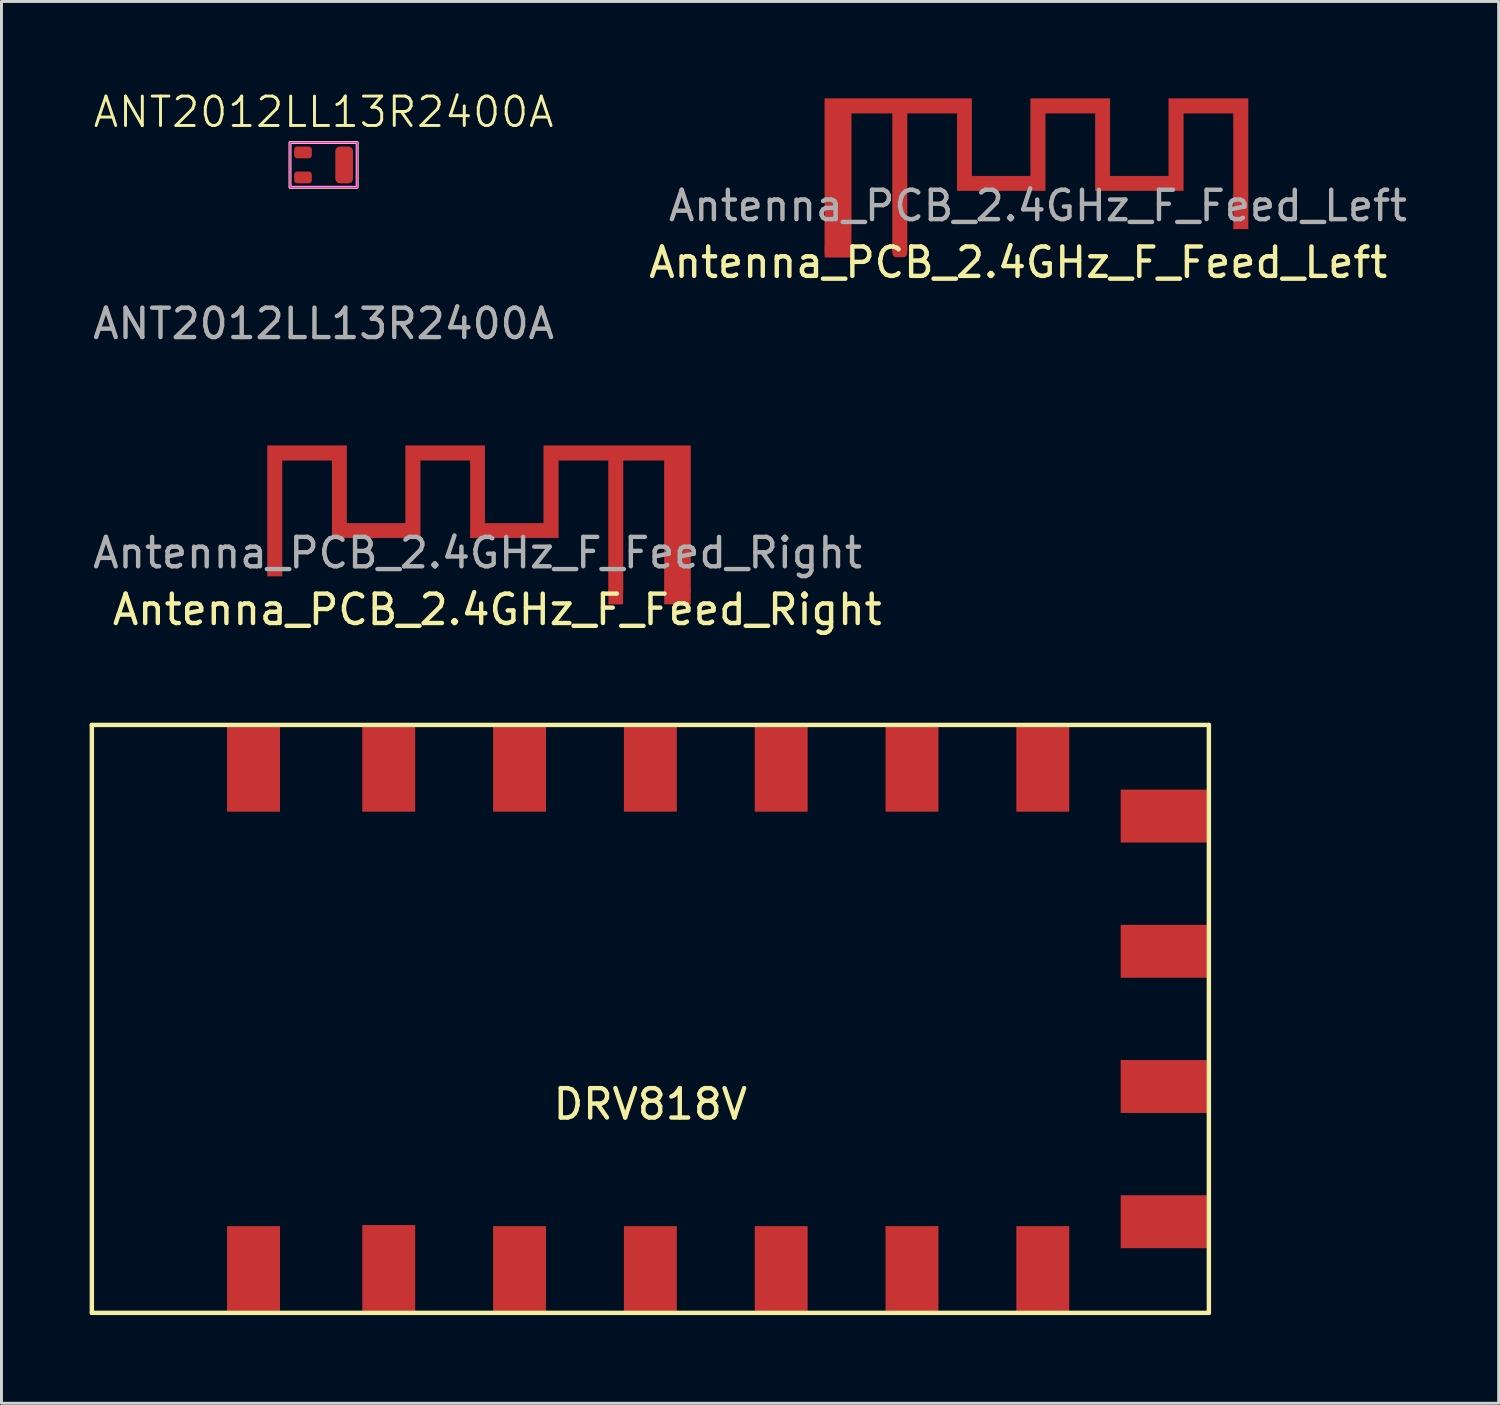
<source format=kicad_pcb>
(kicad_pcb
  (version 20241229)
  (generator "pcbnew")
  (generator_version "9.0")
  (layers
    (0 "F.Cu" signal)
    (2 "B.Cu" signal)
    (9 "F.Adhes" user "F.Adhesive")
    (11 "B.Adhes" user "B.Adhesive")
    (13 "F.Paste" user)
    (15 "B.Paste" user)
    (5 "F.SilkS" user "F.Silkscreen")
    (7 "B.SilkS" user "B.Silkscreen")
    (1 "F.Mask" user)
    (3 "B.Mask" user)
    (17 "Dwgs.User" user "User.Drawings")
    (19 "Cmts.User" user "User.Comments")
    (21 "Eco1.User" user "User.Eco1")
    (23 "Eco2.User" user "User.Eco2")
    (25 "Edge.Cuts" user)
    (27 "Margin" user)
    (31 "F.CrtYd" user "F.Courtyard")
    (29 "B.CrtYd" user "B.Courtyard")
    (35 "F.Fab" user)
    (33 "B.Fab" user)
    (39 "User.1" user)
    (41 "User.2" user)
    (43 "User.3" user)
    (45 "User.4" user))
  (footprint "Antenna_PCB_2.4GHz_F_Feed_Left"
    (layer "F.Cu")
    (at 25.009 5.2)
    (property "Reference" "Antenna_PCB_2.4GHz_F_Feed_Left" (at 6.58 0.68 0) (unlocked yes) (layer "F.SilkS") (effects (font (size 1 1) (thickness 0.15))))
    (attr smd)
    (fp_poly (pts (xy 0 0.5) (xy 0 -4.9) (xy 5 -4.9) (xy 5 -2.26) (xy 7 -2.26) (xy 7 -4.9) (xy 9.7 -4.9) (xy 9.7 -2.26) (xy 11.7 -2.26) (xy 11.7 -4.9) (xy 14.4 -4.9) (xy 14.4 -0.46) (xy 13.9 -0.46) (xy 13.9 -4.4) (xy 12.2 -4.4) (xy 12.2 -1.76) (xy 9.2 -1.76) (xy 9.2 -4.4) (xy 7.5 -4.4) (xy 7.5 -1.76) (xy 4.5 -1.76) (xy 4.5 -4.4) (xy 2.8 -4.4) (xy 2.8 0.3) (xy 2.3 0.3) (xy 2.3 -4.4) (xy 0.9 -4.4) (xy 0.9 0.5)) (stroke (width 0.01) (type solid)) (fill yes) (layer "F.Cu"))
    (fp_text user "${REFERENCE}" (at 7.25 -1.25 0) (unlocked yes) (layer "F.Fab") (effects (font (size 1 1) (thickness 0.15))))
    (pad "1" smd roundrect (at 2.55 0.25 180) (size 0.5 0.5) (layers "F.Cu") (roundrect_rratio 0.25))
    (pad "2" smd roundrect (at 0.45 0.25 180) (size 0.9 0.5) (layers "F.Cu") (roundrect_rratio 0.25))
    (zone (net_name "") (layers "F.Cu" "B.Cu" "F.SilkS") (name "Antenna_Gnd_Exclude") (hatch edge 0.5) (connect_pads) (min_thickness 0.25) (filled_areas_thickness no) (keepout (tracks not_allowed) (vias not_allowed) (pads not_allowed) (copperpour not_allowed) (footprints not_allowed)) (placement (enabled no)) (fill) (polygon (pts (xy 24.509 0) (xy 39.709 0) (xy 39.709 5.2) (xy 24.509 5.2)))))
  (footprint "ANT2012LL13R2400A"
    (layer "F.Cu")
    (at 7.958 2.561)
    (property "Reference" "ANT2012LL13R2400A" (at 0 -1.8 0) (unlocked yes) (layer "F.SilkS") (effects (font (size 1 1) (thickness 0.1))))
    (attr smd)
    (fp_rect (start -1.143 -0.762) (end 1.143 0.762) (stroke (width 0.1) (type default)) (fill no) (layer "F.SilkS"))
    (fp_rect (start -1.143 -0.762) (end 1.143 0.762) (stroke (width 0.05) (type default)) (fill no) (layer "F.CrtYd"))
    (fp_text user "${REFERENCE}" (at 0 5.4 0) (unlocked yes) (layer "F.Fab") (effects (font (size 1 1) (thickness 0.15))))
    (pad "1" smd roundrect (at -0.7 0.425) (size 0.6 0.4) (layers "F.Cu" "F.Mask" "F.Paste") (roundrect_rratio 0.25))
    (pad "2" smd roundrect (at -0.7 -0.425) (size 0.6 0.4) (layers "F.Cu" "F.Mask" "F.Paste") (roundrect_rratio 0.25))
    (pad "2" smd roundrect (at 0.7 0) (size 0.6 1.25) (layers "F.Cu" "F.Mask" "F.Paste") (roundrect_rratio 0.25)))
  (footprint "DRV818V"
    (layer "F.Cu")
    (at 19.075 31.612)
    (property "Reference" "DRV818V" (at 0 2.9 0) (layer "F.SilkS") (effects (font (size 1 1) (thickness 0.15))))
    (attr through_hole)
    (fp_line (start -19 -10) (end -19 10) (stroke (width 0.15) (type solid)) (layer "F.SilkS"))
    (fp_line (start -19 -10) (end 19 -10) (stroke (width 0.15) (type solid)) (layer "F.SilkS"))
    (fp_line (start -19 10) (end 19 10) (stroke (width 0.15) (type solid)) (layer "F.SilkS"))
    (fp_line (start 19 -10) (end 19 10) (stroke (width 0.15) (type solid)) (layer "F.SilkS"))
    (pad "1" smd rect (at -13.5 -8.55) (size 1.8 3) (layers "F.Cu" "F.Mask" "F.Paste"))
    (pad "2" smd rect (at -8.9 -8.55) (size 1.8 3) (layers "F.Cu" "F.Mask" "F.Paste"))
    (pad "3" smd rect (at -4.45 -8.55) (size 1.8 3) (layers "F.Cu" "F.Mask" "F.Paste"))
    (pad "4" smd rect (at 0 -8.55) (size 1.8 3) (layers "F.Cu" "F.Mask" "F.Paste"))
    (pad "5" smd rect (at 4.45 -8.55) (size 1.8 3) (layers "F.Cu" "F.Mask" "F.Paste"))
    (pad "6" smd rect (at 8.9 -8.55) (size 1.8 3) (layers "F.Cu" "F.Mask" "F.Paste"))
    (pad "7" smd rect (at 13.35 -8.55) (size 1.8 3) (layers "F.Cu" "F.Mask" "F.Paste"))
    (pad "8" smd rect (at 17.5 -6.9 90) (size 1.8 3) (layers "F.Cu" "F.Mask" "F.Paste"))
    (pad "9" smd rect (at 17.5 -2.3 90) (size 1.8 3) (layers "F.Cu" "F.Mask" "F.Paste"))
    (pad "10" smd rect (at 17.5 2.3 90) (size 1.8 3) (layers "F.Cu" "F.Mask" "F.Paste"))
    (pad "11" smd rect (at 17.5 6.9 90) (size 1.8 3) (layers "F.Cu" "F.Mask" "F.Paste"))
    (pad "12" smd rect (at 13.35 8.55) (size 1.8 3) (layers "F.Cu" "F.Mask" "F.Paste"))
    (pad "13" smd rect (at 8.9 8.55) (size 1.8 3) (layers "F.Cu" "F.Mask" "F.Paste"))
    (pad "14" smd rect (at 4.45 8.55) (size 1.8 3) (layers "F.Cu" "F.Mask" "F.Paste"))
    (pad "15" smd rect (at 0 8.55) (size 1.8 3) (layers "F.Cu" "F.Mask" "F.Paste"))
    (pad "16" smd rect (at -4.45 8.55) (size 1.8 3) (layers "F.Cu" "F.Mask" "F.Paste"))
    (pad "17" smd rect (at -8.9 8.514) (size 1.8 3) (layers "F.Cu" "F.Mask" "F.Paste"))
    (pad "18" smd rect (at -13.5 8.55) (size 1.8 3) (layers "F.Cu" "F.Mask" "F.Paste")))
  (footprint "Antenna_PCB_2.4GHz_F_Feed_Right"
    (layer "F.Cu")
    (at 6.446 17.009)
    (property "Reference" "Antenna_PCB_2.4GHz_F_Feed_Right" (at 7.42 0.68 0) (unlocked yes) (layer "F.SilkS") (effects (font (size 1 1) (thickness 0.15))))
    (attr smd)
    (fp_poly (pts (xy 14 0.1) (xy 14 -4.9) (xy 9 -4.9) (xy 9 -2.26) (xy 7 -2.26) (xy 7 -4.9) (xy 4.3 -4.9) (xy 4.3 -2.26) (xy 2.3 -2.26) (xy 2.3 -4.9) (xy -0.4 -4.9) (xy -0.4 -0.46) (xy 0.1 -0.46) (xy 0.1 -4.4) (xy 1.8 -4.4) (xy 1.8 -1.76) (xy 4.8 -1.76) (xy 4.8 -4.4) (xy 6.5 -4.4) (xy 6.5 -1.76) (xy 9.5 -1.76) (xy 9.5 -4.4) (xy 11.2 -4.4) (xy 11.2 0.1) (xy 11.7 0.1) (xy 11.7 -4.4) (xy 13.1 -4.4) (xy 13.1 0.1)) (stroke (width 0.01) (type solid)) (fill yes) (layer "F.Cu"))
    (fp_text user "${REFERENCE}" (at 6.75 -1.25 0) (unlocked yes) (layer "F.Fab") (effects (font (size 1 1) (thickness 0.15))))
    (pad "1" smd rect (at 11.45 0.25 180) (size 0.5 0.5) (layers "F.Cu"))
    (pad "2" smd rect (at 13.55 0.25 180) (size 0.9 0.5) (layers "F.Cu"))
    (zone (net_name "") (layers "F.Cu" "B.Cu" "F.SilkS") (name "Antenna_Gnd_Exclude") (hatch full 0.5) (connect_pads) (min_thickness 0.25) (filled_areas_thickness no) (keepout (tracks allowed) (vias allowed) (pads allowed) (copperpour allowed) (footprints allowed)) (placement (enabled no)) (fill) (polygon (pts (xy 20.946 11.809) (xy 5.746 11.809) (xy 5.746 17.009) (xy 20.946 17.009)))))
  (gr_rect
    (start -3 -3)
    (end 47.932 44.687)
    (stroke (width 0.1) (type default))
    (fill no)
    (layer "Edge.Cuts")))
</source>
